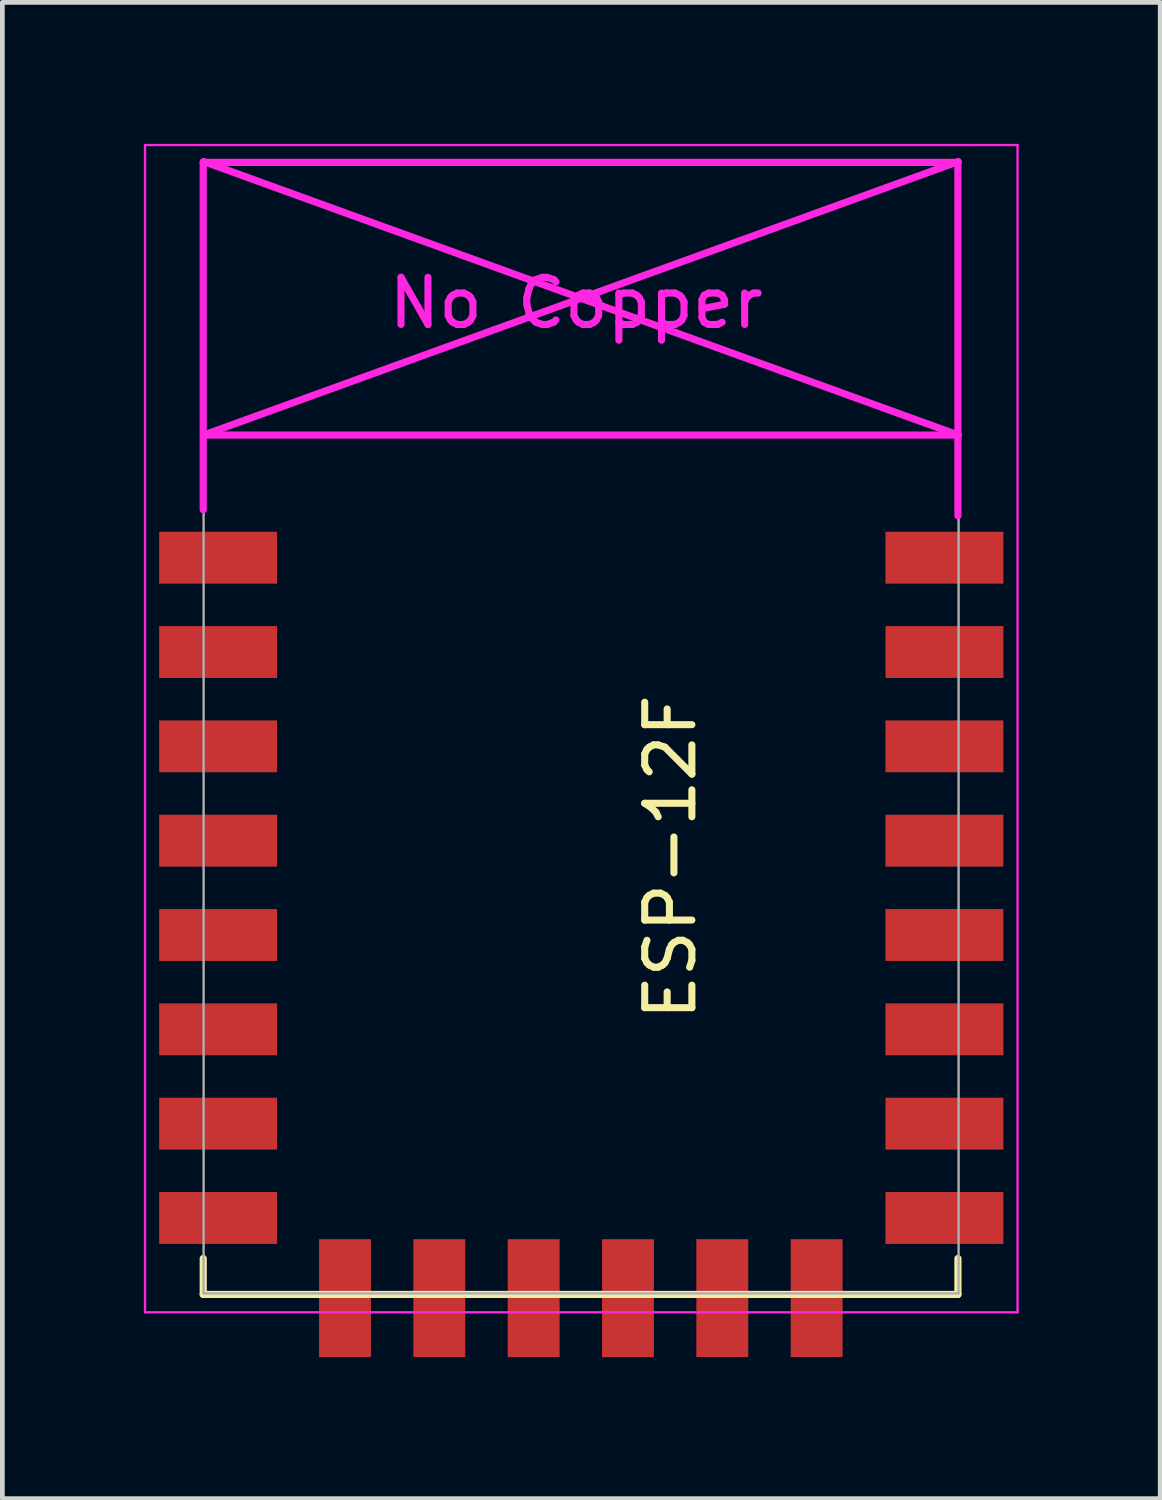
<source format=kicad_pcb>
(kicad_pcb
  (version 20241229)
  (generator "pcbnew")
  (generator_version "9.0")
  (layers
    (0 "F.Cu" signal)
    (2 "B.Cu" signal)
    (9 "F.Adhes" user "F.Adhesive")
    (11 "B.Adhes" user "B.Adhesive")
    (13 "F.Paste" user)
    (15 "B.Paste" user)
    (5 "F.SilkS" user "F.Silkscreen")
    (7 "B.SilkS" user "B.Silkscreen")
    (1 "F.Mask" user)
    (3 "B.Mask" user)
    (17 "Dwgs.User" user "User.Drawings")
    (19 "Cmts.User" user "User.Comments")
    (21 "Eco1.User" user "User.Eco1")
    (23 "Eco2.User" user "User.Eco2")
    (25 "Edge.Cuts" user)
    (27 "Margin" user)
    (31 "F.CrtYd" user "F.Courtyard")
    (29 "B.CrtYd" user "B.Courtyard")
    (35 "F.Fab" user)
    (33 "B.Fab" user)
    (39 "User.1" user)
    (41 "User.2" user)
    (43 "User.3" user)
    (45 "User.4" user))
  (footprint "ESP-12F"
    (layer "F.Cu")
    (at 2.275 8.775)
    (property "Reference" "ESP-12F" (at 8.89 6.35 90) (layer "F.SilkS") (effects (font (size 1 1) (thickness 0.15))))
    (attr through_hole)
    (fp_line (start -1.016 14.859) (end -1.016 15.621) (stroke (width 0.152) (type solid)) (layer "F.SilkS"))
    (fp_line (start -1.016 15.621) (end 14.986 15.621) (stroke (width 0.152) (type solid)) (layer "F.SilkS"))
    (fp_line (start 14.986 15.621) (end 14.986 14.859) (stroke (width 0.152) (type solid)) (layer "F.SilkS"))
    (fp_line (start -2.25 -8.75) (end 15.25 -8.75) (stroke (width 0.05) (type solid)) (layer "F.CrtYd"))
    (fp_line (start -2.25 -0.5) (end -2.25 -8.75) (stroke (width 0.05) (type solid)) (layer "F.CrtYd"))
    (fp_line (start -2.25 16) (end -2.25 -0.5) (stroke (width 0.05) (type solid)) (layer "F.CrtYd"))
    (fp_line (start -1.016 -8.382) (end -1.016 -1.016) (stroke (width 0.152) (type solid)) (layer "F.CrtYd"))
    (fp_line (start -1.016 -8.382) (end 14.986 -8.382) (stroke (width 0.152) (type solid)) (layer "F.CrtYd"))
    (fp_line (start -1.008 -8.4) (end 14.992 -2.6) (stroke (width 0.152) (type solid)) (layer "F.CrtYd"))
    (fp_line (start -1.008 -2.6) (end 14.992 -2.6) (stroke (width 0.152) (type solid)) (layer "F.CrtYd"))
    (fp_line (start 14.986 -8.382) (end 14.986 -0.889) (stroke (width 0.152) (type solid)) (layer "F.CrtYd"))
    (fp_line (start 14.992 -8.4) (end -1.008 -2.6) (stroke (width 0.152) (type solid)) (layer "F.CrtYd"))
    (fp_line (start 15.25 -8.75) (end 16.25 -8.75) (stroke (width 0.05) (type solid)) (layer "F.CrtYd"))
    (fp_line (start 16.25 -8.75) (end 16.25 16) (stroke (width 0.05) (type solid)) (layer "F.CrtYd"))
    (fp_line (start 16.25 16) (end -2.25 16) (stroke (width 0.05) (type solid)) (layer "F.CrtYd"))
    (fp_line (start -1.008 -8.4) (end 14.992 -8.4) (stroke (width 0.05) (type solid)) (layer "F.Fab"))
    (fp_line (start -1.008 15.6) (end -1.008 -8.4) (stroke (width 0.05) (type solid)) (layer "F.Fab"))
    (fp_line (start 14.992 15.6) (end -1.008 15.6) (stroke (width 0.05) (type solid)) (layer "F.Fab"))
    (fp_line (start 15 -8.4) (end 15 15.6) (stroke (width 0.05) (type solid)) (layer "F.Fab"))
    (fp_text user "No Copper" (at 6.892 -5.4 0) (layer "F.CrtYd") (effects (font (size 1 1) (thickness 0.15))))
    (pad "1" smd rect (at 0 0) (size 2.5 1.1) (drill (offset -0.7 0)) (layers "F.Cu" "F.Mask" "F.Paste"))
    (pad "2" smd rect (at 0 2) (size 2.5 1.1) (drill (offset -0.7 0)) (layers "F.Cu" "F.Mask" "F.Paste"))
    (pad "3" smd rect (at 0 4) (size 2.5 1.1) (drill (offset -0.7 0)) (layers "F.Cu" "F.Mask" "F.Paste"))
    (pad "4" smd rect (at 0 6) (size 2.5 1.1) (drill (offset -0.7 0)) (layers "F.Cu" "F.Mask" "F.Paste"))
    (pad "5" smd rect (at 0 8) (size 2.5 1.1) (drill (offset -0.7 0)) (layers "F.Cu" "F.Mask" "F.Paste"))
    (pad "6" smd rect (at 0 10) (size 2.5 1.1) (drill (offset -0.7 0)) (layers "F.Cu" "F.Mask" "F.Paste"))
    (pad "7" smd rect (at 0 12) (size 2.5 1.1) (drill (offset -0.7 0)) (layers "F.Cu" "F.Mask" "F.Paste"))
    (pad "8" smd rect (at 0 14) (size 2.5 1.1) (drill (offset -0.7 0)) (layers "F.Cu" "F.Mask" "F.Paste"))
    (pad "9" smd rect (at 14 14) (size 2.5 1.1) (drill (offset 0.7 0)) (layers "F.Cu" "F.Mask" "F.Paste"))
    (pad "10" smd rect (at 14 12) (size 2.5 1.1) (drill (offset 0.7 0)) (layers "F.Cu" "F.Mask" "F.Paste"))
    (pad "11" smd rect (at 14 10) (size 2.5 1.1) (drill (offset 0.7 0)) (layers "F.Cu" "F.Mask" "F.Paste"))
    (pad "12" smd rect (at 14 8) (size 2.5 1.1) (drill (offset 0.7 0)) (layers "F.Cu" "F.Mask" "F.Paste"))
    (pad "13" smd rect (at 14 6) (size 2.5 1.1) (drill (offset 0.7 0)) (layers "F.Cu" "F.Mask" "F.Paste"))
    (pad "14" smd rect (at 14 4) (size 2.5 1.1) (drill (offset 0.7 0)) (layers "F.Cu" "F.Mask" "F.Paste"))
    (pad "15" smd rect (at 14 2) (size 2.5 1.1) (drill (offset 0.7 0)) (layers "F.Cu" "F.Mask" "F.Paste"))
    (pad "16" smd rect (at 14 0) (size 2.5 1.1) (drill (offset 0.7 0)) (layers "F.Cu" "F.Mask" "F.Paste"))
    (pad "17" smd rect (at 1.99 15 90) (size 2.5 1.1) (drill (offset -0.7 0)) (layers "F.Cu" "F.Mask" "F.Paste"))
    (pad "18" smd rect (at 3.99 15 90) (size 2.5 1.1) (drill (offset -0.7 0)) (layers "F.Cu" "F.Mask" "F.Paste"))
    (pad "19" smd rect (at 5.99 15 90) (size 2.5 1.1) (drill (offset -0.7 0)) (layers "F.Cu" "F.Mask" "F.Paste"))
    (pad "20" smd rect (at 7.99 15 90) (size 2.5 1.1) (drill (offset -0.7 0)) (layers "F.Cu" "F.Mask" "F.Paste"))
    (pad "21" smd rect (at 9.99 15 90) (size 2.5 1.1) (drill (offset -0.7 0)) (layers "F.Cu" "F.Mask" "F.Paste"))
    (pad "22" smd rect (at 11.99 15 90) (size 2.5 1.1) (drill (offset -0.7 0)) (layers "F.Cu" "F.Mask" "F.Paste")))
  (gr_rect
    (start -3 -3)
    (end 21.55 28.725)
    (stroke (width 0.1) (type default))
    (fill no)
    (layer "Edge.Cuts")))
</source>
